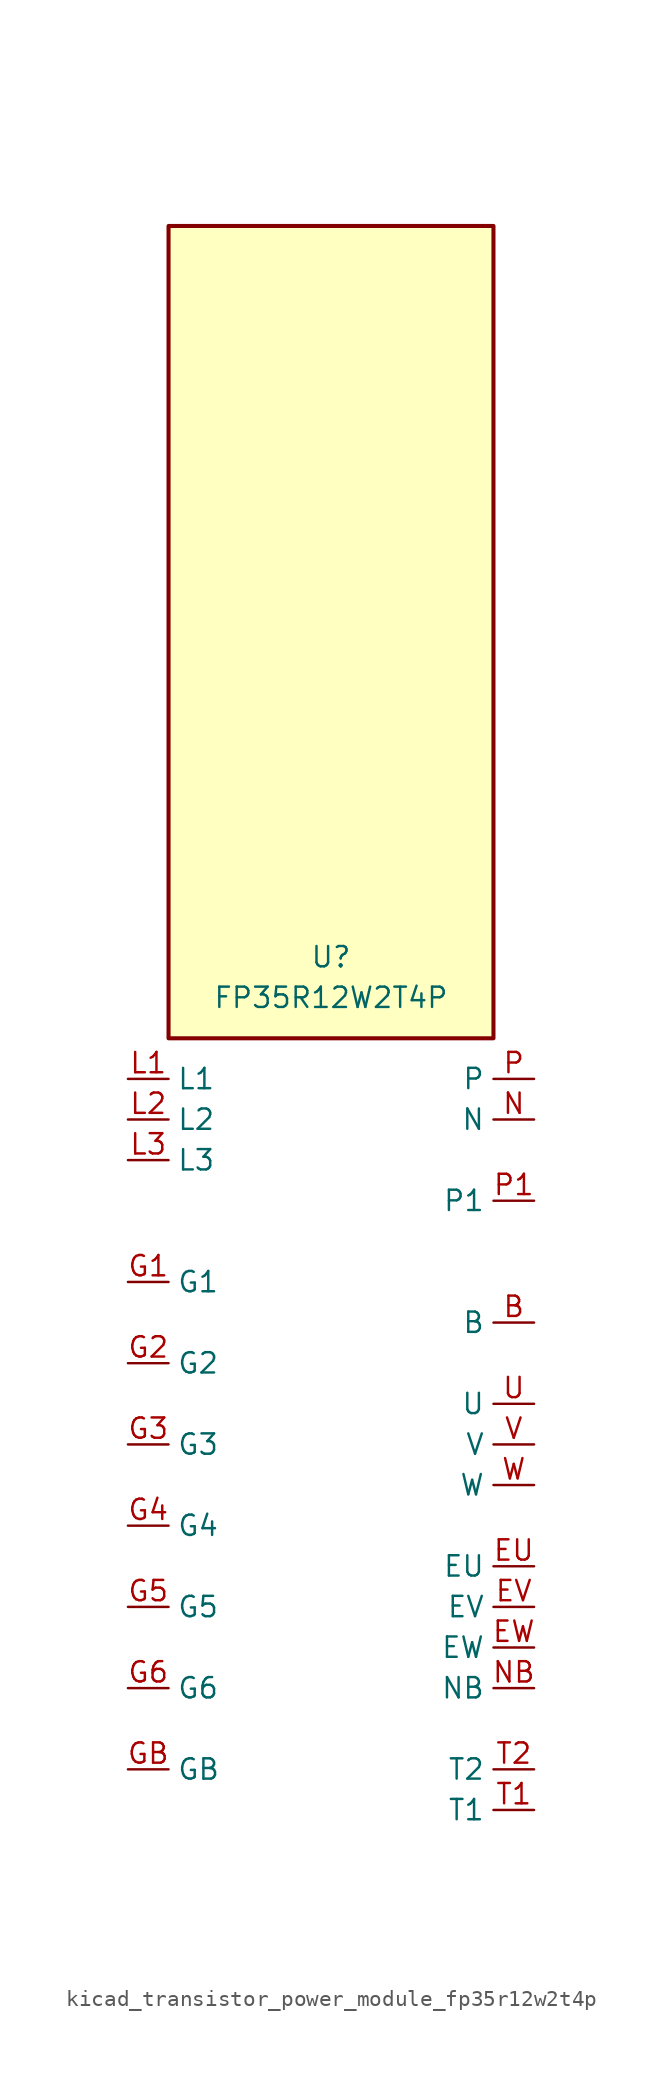
<source format=kicad_sym>
(kicad_symbol_lib
  (version 20220914)
  (generator kicad_symbol_editor)
  (symbol "kicad_transistor_power_module_fp35r12w2t4p"
    (property "Reference" "U"
      (at 0 30.48 0)
      (effects (font (size 1.27 1.27))))
    (property "Value" "FP35R12W2T4P"
      (at 0 27.94 0)
      (effects (font (size 1.27 1.27))))
    (symbol "kicad_transistor_power_module_fp35r12w2t4p_1_1"
      (rectangle (start 10.16 76.2) (end -10.16 25.4) (stroke (width 0.254) (type default)) (fill (type background)))
      (pin passive line (at 12.7 7.62 180) (length 2.54) (name "B" (effects (font (size 1.27 1.27)))) (number "B" (effects (font (size 1.27 1.27)))))
      (pin passive line (at 12.7 -7.62 180) (length 2.54) (name "EU" (effects (font (size 1.27 1.27)))) (number "EU" (effects (font (size 1.27 1.27)))))
      (pin passive line (at 12.7 -10.16 180) (length 2.54) (name "EV" (effects (font (size 1.27 1.27)))) (number "EV" (effects (font (size 1.27 1.27)))))
      (pin passive line (at 12.7 -12.7 180) (length 2.54) (name "EW" (effects (font (size 1.27 1.27)))) (number "EW" (effects (font (size 1.27 1.27)))))
      (pin passive line (at -12.7 10.16 0) (length 2.54) (name "G1" (effects (font (size 1.27 1.27)))) (number "G1" (effects (font (size 1.27 1.27)))))
      (pin passive line (at -12.7 5.08 0) (length 2.54) (name "G2" (effects (font (size 1.27 1.27)))) (number "G2" (effects (font (size 1.27 1.27)))))
      (pin passive line (at -12.7 0 0) (length 2.54) (name "G3" (effects (font (size 1.27 1.27)))) (number "G3" (effects (font (size 1.27 1.27)))))
      (pin passive line (at -12.7 -5.08 0) (length 2.54) (name "G4" (effects (font (size 1.27 1.27)))) (number "G4" (effects (font (size 1.27 1.27)))))
      (pin passive line (at -12.7 -10.16 0) (length 2.54) (name "G5" (effects (font (size 1.27 1.27)))) (number "G5" (effects (font (size 1.27 1.27)))))
      (pin passive line (at -12.7 -15.24 0) (length 2.54) (name "G6" (effects (font (size 1.27 1.27)))) (number "G6" (effects (font (size 1.27 1.27)))))
      (pin passive line (at -12.7 -20.32 0) (length 2.54) (name "GB" (effects (font (size 1.27 1.27)))) (number "GB" (effects (font (size 1.27 1.27)))))
      (pin passive line (at -12.7 22.86 0) (length 2.54) (name "L1" (effects (font (size 1.27 1.27)))) (number "L1" (effects (font (size 1.27 1.27)))))
      (pin passive line (at -12.7 20.32 0) (length 2.54) (name "L2" (effects (font (size 1.27 1.27)))) (number "L2" (effects (font (size 1.27 1.27)))))
      (pin passive line (at -12.7 17.78 0) (length 2.54) (name "L3" (effects (font (size 1.27 1.27)))) (number "L3" (effects (font (size 1.27 1.27)))))
      (pin passive line (at 12.7 20.32 180) (length 2.54) (name "N" (effects (font (size 1.27 1.27)))) (number "N" (effects (font (size 1.27 1.27)))))
      (pin passive line (at 12.7 -15.24 180) (length 2.54) (name "NB" (effects (font (size 1.27 1.27)))) (number "NB" (effects (font (size 1.27 1.27)))))
      (pin passive line (at 12.7 22.86 180) (length 2.54) (name "P" (effects (font (size 1.27 1.27)))) (number "P" (effects (font (size 1.27 1.27)))))
      (pin passive line (at 12.7 15.24 180) (length 2.54) (name "P1" (effects (font (size 1.27 1.27)))) (number "P1" (effects (font (size 1.27 1.27)))))
      (pin passive line (at 12.7 -22.86 180) (length 2.54) (name "T1" (effects (font (size 1.27 1.27)))) (number "T1" (effects (font (size 1.27 1.27)))))
      (pin passive line (at 12.7 -20.32 180) (length 2.54) (name "T2" (effects (font (size 1.27 1.27)))) (number "T2" (effects (font (size 1.27 1.27)))))
      (pin passive line (at 12.7 2.54 180) (length 2.54) (name "U" (effects (font (size 1.27 1.27)))) (number "U" (effects (font (size 1.27 1.27)))))
      (pin passive line (at 12.7 0 180) (length 2.54) (name "V" (effects (font (size 1.27 1.27)))) (number "V" (effects (font (size 1.27 1.27)))))
      (pin passive line (at 12.7 -2.54 180) (length 2.54) (name "W" (effects (font (size 1.27 1.27)))) (number "W" (effects (font (size 1.27 1.27))))))))
</source>
